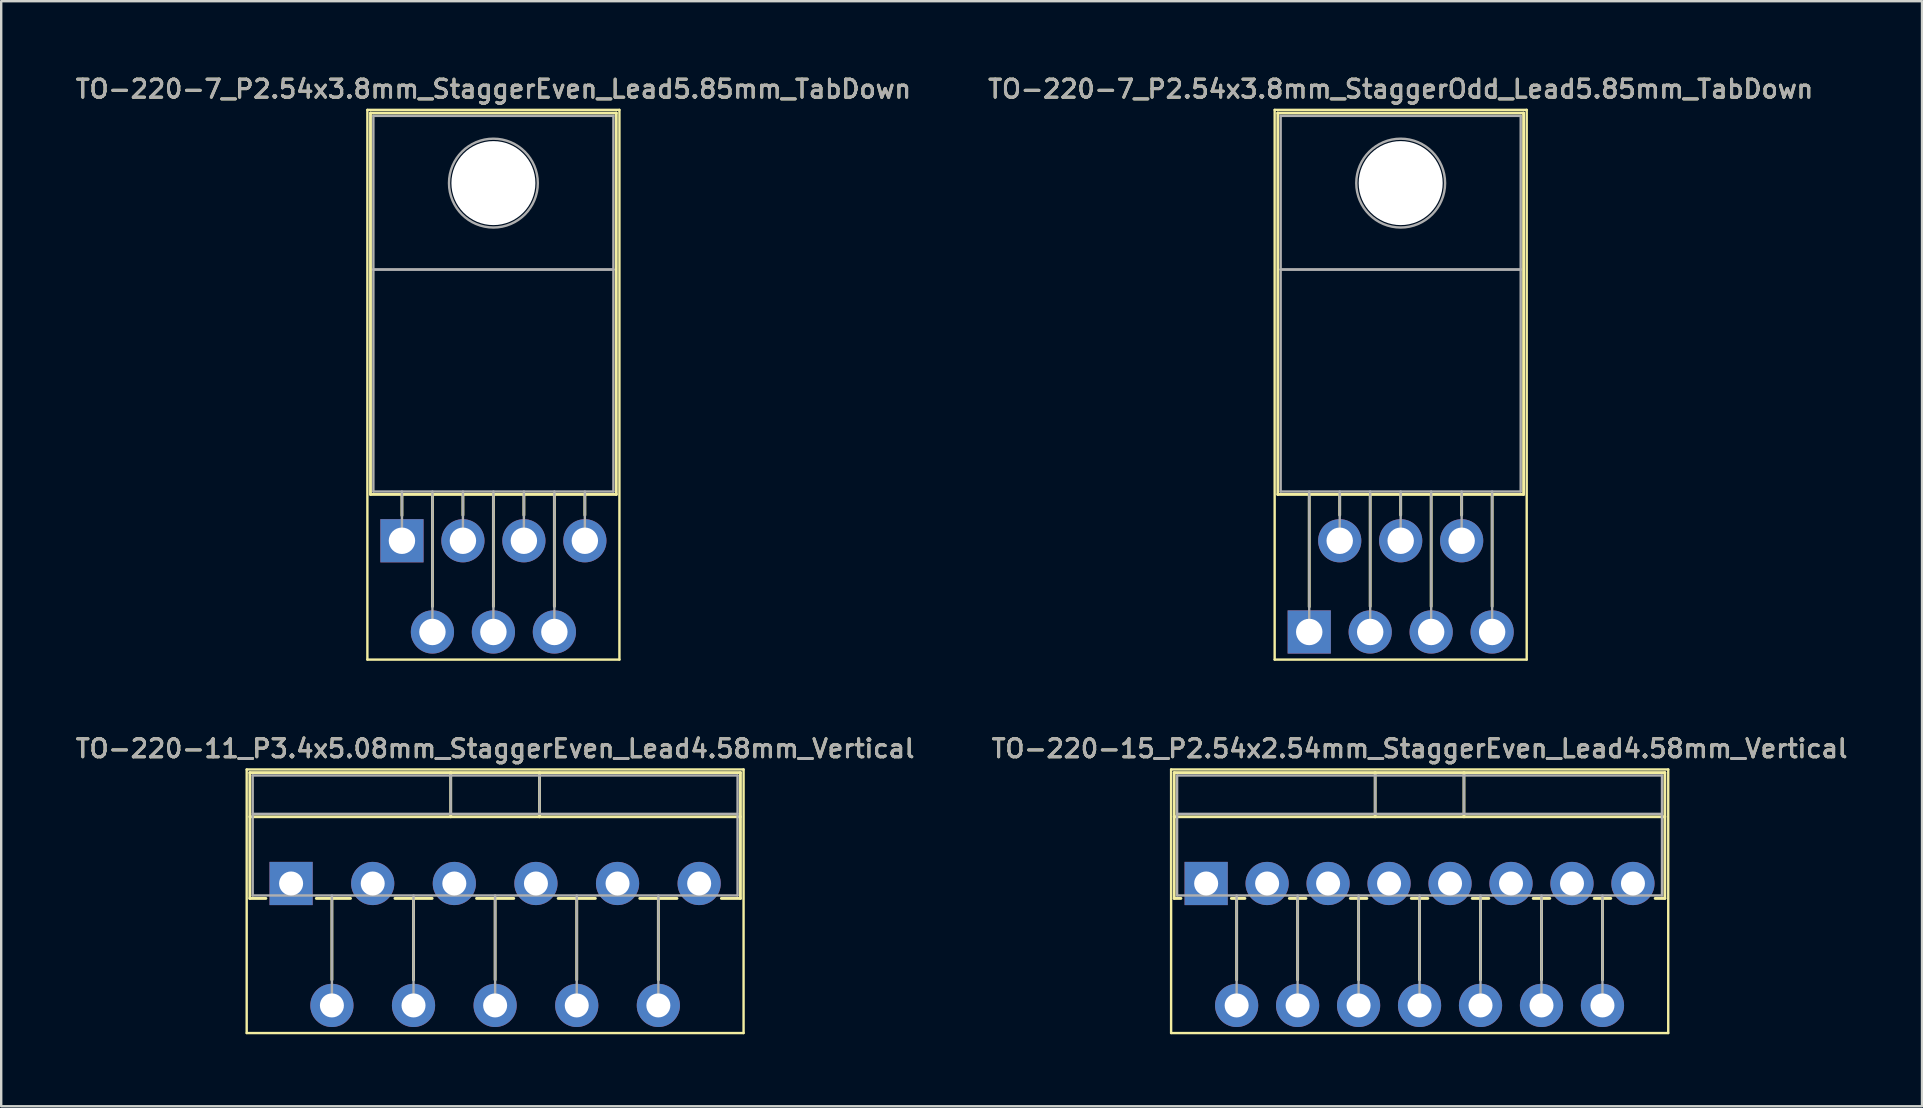
<source format=kicad_pcb>
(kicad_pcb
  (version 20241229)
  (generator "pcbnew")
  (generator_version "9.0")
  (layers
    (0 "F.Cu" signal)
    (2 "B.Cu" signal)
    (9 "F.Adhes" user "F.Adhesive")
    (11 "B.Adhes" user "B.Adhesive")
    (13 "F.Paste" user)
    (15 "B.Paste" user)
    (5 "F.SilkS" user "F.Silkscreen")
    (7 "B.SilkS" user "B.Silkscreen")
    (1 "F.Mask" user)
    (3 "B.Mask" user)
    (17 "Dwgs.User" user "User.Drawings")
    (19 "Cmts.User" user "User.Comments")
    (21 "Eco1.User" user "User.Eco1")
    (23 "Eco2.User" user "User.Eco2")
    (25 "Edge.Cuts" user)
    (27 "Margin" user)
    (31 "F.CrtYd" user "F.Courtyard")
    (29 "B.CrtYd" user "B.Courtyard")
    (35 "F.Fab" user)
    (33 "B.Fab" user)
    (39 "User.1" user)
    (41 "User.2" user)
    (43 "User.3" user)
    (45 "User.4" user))
  (footprint "TO-220-15_P2.54x2.54mm_StaggerEven_Lead4.58mm_Vertical"
    (layer "F.Cu")
    (at 47.198 33.756)
    (property "Reference" "TO-220-15_P2.54x2.54mm_StaggerEven_Lead4.58mm_Vertical" (at 8.89 -5.62 0) (layer "F.SilkS") (effects (font (size 0.75 0.75) (thickness 0.125))))
    (attr through_hole)
    (fp_line (start -1.46 -4.75) (end -1.46 6.23) (stroke (width 0.1) (type solid)) (layer "F.SilkS"))
    (fp_line (start -1.46 6.23) (end 19.25 6.23) (stroke (width 0.1) (type solid)) (layer "F.SilkS"))
    (fp_line (start -1.33 -4.62) (end -1.33 0.621) (stroke (width 0.12) (type solid)) (layer "F.SilkS"))
    (fp_line (start -1.33 -4.62) (end 19.11 -4.62) (stroke (width 0.12) (type solid)) (layer "F.SilkS"))
    (fp_line (start -1.33 -2.78) (end 19.11 -2.78) (stroke (width 0.12) (type solid)) (layer "F.SilkS"))
    (fp_line (start -1.33 0.621) (end -1.05 0.621) (stroke (width 0.12) (type solid)) (layer "F.SilkS"))
    (fp_line (start 1.05 0.621) (end 1.616 0.621) (stroke (width 0.12) (type solid)) (layer "F.SilkS"))
    (fp_line (start 1.27 0.621) (end 1.27 4.015) (stroke (width 0.12) (type solid)) (layer "F.SilkS"))
    (fp_line (start 3.465 0.621) (end 4.156 0.621) (stroke (width 0.12) (type solid)) (layer "F.SilkS"))
    (fp_line (start 3.81 0.621) (end 3.81 4.015) (stroke (width 0.12) (type solid)) (layer "F.SilkS"))
    (fp_line (start 6.005 0.621) (end 6.696 0.621) (stroke (width 0.12) (type solid)) (layer "F.SilkS"))
    (fp_line (start 6.35 0.621) (end 6.35 4.015) (stroke (width 0.12) (type solid)) (layer "F.SilkS"))
    (fp_line (start 7.041 -4.62) (end 7.041 -2.78) (stroke (width 0.12) (type solid)) (layer "F.SilkS"))
    (fp_line (start 8.545 0.621) (end 9.236 0.621) (stroke (width 0.12) (type solid)) (layer "F.SilkS"))
    (fp_line (start 8.89 0.621) (end 8.89 4.015) (stroke (width 0.12) (type solid)) (layer "F.SilkS"))
    (fp_line (start 10.74 -4.62) (end 10.74 -2.78) (stroke (width 0.12) (type solid)) (layer "F.SilkS"))
    (fp_line (start 11.085 0.621) (end 11.776 0.621) (stroke (width 0.12) (type solid)) (layer "F.SilkS"))
    (fp_line (start 11.43 0.621) (end 11.43 4.015) (stroke (width 0.12) (type solid)) (layer "F.SilkS"))
    (fp_line (start 13.625 0.621) (end 14.316 0.621) (stroke (width 0.12) (type solid)) (layer "F.SilkS"))
    (fp_line (start 13.97 0.621) (end 13.97 4.015) (stroke (width 0.12) (type solid)) (layer "F.SilkS"))
    (fp_line (start 16.165 0.621) (end 16.856 0.621) (stroke (width 0.12) (type solid)) (layer "F.SilkS"))
    (fp_line (start 16.51 0.621) (end 16.51 4.015) (stroke (width 0.12) (type solid)) (layer "F.SilkS"))
    (fp_line (start 18.705 0.621) (end 19.11 0.621) (stroke (width 0.12) (type solid)) (layer "F.SilkS"))
    (fp_line (start 19.11 -4.62) (end 19.11 0.621) (stroke (width 0.12) (type solid)) (layer "F.SilkS"))
    (fp_line (start 19.25 -4.75) (end -1.46 -4.75) (stroke (width 0.1) (type solid)) (layer "F.SilkS"))
    (fp_line (start 19.25 6.23) (end 19.25 -4.75) (stroke (width 0.1) (type solid)) (layer "F.SilkS"))
    (fp_line (start -1.21 -4.5) (end -1.21 0.5) (stroke (width 0.1) (type solid)) (layer "F.Fab"))
    (fp_line (start -1.21 -2.9) (end 18.99 -2.9) (stroke (width 0.1) (type solid)) (layer "F.Fab"))
    (fp_line (start -1.21 0.5) (end 18.99 0.5) (stroke (width 0.1) (type solid)) (layer "F.Fab"))
    (fp_line (start 1.27 0.5) (end 1.27 5.08) (stroke (width 0.1) (type solid)) (layer "F.Fab"))
    (fp_line (start 3.81 0.5) (end 3.81 5.08) (stroke (width 0.1) (type solid)) (layer "F.Fab"))
    (fp_line (start 6.35 0.5) (end 6.35 5.08) (stroke (width 0.1) (type solid)) (layer "F.Fab"))
    (fp_line (start 7.04 -4.5) (end 7.04 -2.9) (stroke (width 0.1) (type solid)) (layer "F.Fab"))
    (fp_line (start 8.89 0.5) (end 8.89 5.08) (stroke (width 0.1) (type solid)) (layer "F.Fab"))
    (fp_line (start 10.74 -4.5) (end 10.74 -2.9) (stroke (width 0.1) (type solid)) (layer "F.Fab"))
    (fp_line (start 11.43 0.5) (end 11.43 5.08) (stroke (width 0.1) (type solid)) (layer "F.Fab"))
    (fp_line (start 13.97 0.5) (end 13.97 5.08) (stroke (width 0.1) (type solid)) (layer "F.Fab"))
    (fp_line (start 16.51 0.5) (end 16.51 5.08) (stroke (width 0.1) (type solid)) (layer "F.Fab"))
    (fp_line (start 18.99 -4.5) (end -1.21 -4.5) (stroke (width 0.1) (type solid)) (layer "F.Fab"))
    (fp_line (start 18.99 0.5) (end 18.99 -4.5) (stroke (width 0.1) (type solid)) (layer "F.Fab"))
    (fp_text user "${REFERENCE}" (at 8.89 -5.62 0) (layer "F.Fab") (effects (font (size 0.75 0.75) (thickness 0.125))))
    (pad "1" thru_hole rect (at 0 0) (size 1.8 1.8) (drill 1) (layers "*.Cu" "*.Mask"))
    (pad "2" thru_hole oval (at 1.27 5.08) (size 1.8 1.8) (drill 1) (layers "*.Cu" "*.Mask"))
    (pad "3" thru_hole oval (at 2.54 0) (size 1.8 1.8) (drill 1) (layers "*.Cu" "*.Mask"))
    (pad "4" thru_hole oval (at 3.81 5.08) (size 1.8 1.8) (drill 1) (layers "*.Cu" "*.Mask"))
    (pad "5" thru_hole oval (at 5.08 0) (size 1.8 1.8) (drill 1) (layers "*.Cu" "*.Mask"))
    (pad "6" thru_hole oval (at 6.35 5.08) (size 1.8 1.8) (drill 1) (layers "*.Cu" "*.Mask"))
    (pad "7" thru_hole oval (at 7.62 0) (size 1.8 1.8) (drill 1) (layers "*.Cu" "*.Mask"))
    (pad "8" thru_hole oval (at 8.89 5.08) (size 1.8 1.8) (drill 1) (layers "*.Cu" "*.Mask"))
    (pad "9" thru_hole oval (at 10.16 0) (size 1.8 1.8) (drill 1) (layers "*.Cu" "*.Mask"))
    (pad "10" thru_hole oval (at 11.43 5.08) (size 1.8 1.8) (drill 1) (layers "*.Cu" "*.Mask"))
    (pad "11" thru_hole oval (at 12.7 0) (size 1.8 1.8) (drill 1) (layers "*.Cu" "*.Mask"))
    (pad "12" thru_hole oval (at 13.97 5.08) (size 1.8 1.8) (drill 1) (layers "*.Cu" "*.Mask"))
    (pad "13" thru_hole oval (at 15.24 0) (size 1.8 1.8) (drill 1) (layers "*.Cu" "*.Mask"))
    (pad "14" thru_hole oval (at 16.51 5.08) (size 1.8 1.8) (drill 1) (layers "*.Cu" "*.Mask"))
    (pad "15" thru_hole oval (at 17.78 0) (size 1.8 1.8) (drill 1) (layers "*.Cu" "*.Mask")))
  (footprint "TO-220-11_P3.4x5.08mm_StaggerEven_Lead4.58mm_Vertical"
    (layer "F.Cu")
    (at 9.077 33.756)
    (property "Reference" "TO-220-11_P3.4x5.08mm_StaggerEven_Lead4.58mm_Vertical" (at 8.5 -5.62 0) (layer "F.SilkS") (effects (font (size 0.75 0.75) (thickness 0.125))))
    (attr through_hole)
    (fp_line (start -1.85 -4.75) (end -1.85 6.23) (stroke (width 0.1) (type solid)) (layer "F.SilkS"))
    (fp_line (start -1.85 6.23) (end 18.85 6.23) (stroke (width 0.1) (type solid)) (layer "F.SilkS"))
    (fp_line (start -1.72 -4.62) (end -1.72 0.621) (stroke (width 0.12) (type solid)) (layer "F.SilkS"))
    (fp_line (start -1.72 -4.62) (end 18.72 -4.62) (stroke (width 0.12) (type solid)) (layer "F.SilkS"))
    (fp_line (start -1.72 -2.78) (end 18.72 -2.78) (stroke (width 0.12) (type solid)) (layer "F.SilkS"))
    (fp_line (start -1.72 0.621) (end -1.05 0.621) (stroke (width 0.12) (type solid)) (layer "F.SilkS"))
    (fp_line (start 1.05 0.621) (end 2.476 0.621) (stroke (width 0.12) (type solid)) (layer "F.SilkS"))
    (fp_line (start 1.7 0.621) (end 1.7 4.015) (stroke (width 0.12) (type solid)) (layer "F.SilkS"))
    (fp_line (start 4.325 0.621) (end 5.876 0.621) (stroke (width 0.12) (type solid)) (layer "F.SilkS"))
    (fp_line (start 5.1 0.621) (end 5.1 4.015) (stroke (width 0.12) (type solid)) (layer "F.SilkS"))
    (fp_line (start 6.65 -4.62) (end 6.65 -2.78) (stroke (width 0.12) (type solid)) (layer "F.SilkS"))
    (fp_line (start 7.725 0.621) (end 9.276 0.621) (stroke (width 0.12) (type solid)) (layer "F.SilkS"))
    (fp_line (start 8.5 0.621) (end 8.5 4.015) (stroke (width 0.12) (type solid)) (layer "F.SilkS"))
    (fp_line (start 10.35 -4.62) (end 10.35 -2.78) (stroke (width 0.12) (type solid)) (layer "F.SilkS"))
    (fp_line (start 11.125 0.621) (end 12.676 0.621) (stroke (width 0.12) (type solid)) (layer "F.SilkS"))
    (fp_line (start 11.9 0.621) (end 11.9 4.015) (stroke (width 0.12) (type solid)) (layer "F.SilkS"))
    (fp_line (start 14.525 0.621) (end 16.076 0.621) (stroke (width 0.12) (type solid)) (layer "F.SilkS"))
    (fp_line (start 15.3 0.621) (end 15.3 4.015) (stroke (width 0.12) (type solid)) (layer "F.SilkS"))
    (fp_line (start 17.925 0.621) (end 18.72 0.621) (stroke (width 0.12) (type solid)) (layer "F.SilkS"))
    (fp_line (start 18.72 -4.62) (end 18.72 0.621) (stroke (width 0.12) (type solid)) (layer "F.SilkS"))
    (fp_line (start 18.85 -4.75) (end -1.85 -4.75) (stroke (width 0.1) (type solid)) (layer "F.SilkS"))
    (fp_line (start 18.85 6.23) (end 18.85 -4.75) (stroke (width 0.1) (type solid)) (layer "F.SilkS"))
    (fp_line (start -1.6 -4.5) (end -1.6 0.5) (stroke (width 0.1) (type solid)) (layer "F.Fab"))
    (fp_line (start -1.6 -2.9) (end 18.6 -2.9) (stroke (width 0.1) (type solid)) (layer "F.Fab"))
    (fp_line (start -1.6 0.5) (end 18.6 0.5) (stroke (width 0.1) (type solid)) (layer "F.Fab"))
    (fp_line (start 1.7 0.5) (end 1.7 5.08) (stroke (width 0.1) (type solid)) (layer "F.Fab"))
    (fp_line (start 5.1 0.5) (end 5.1 5.08) (stroke (width 0.1) (type solid)) (layer "F.Fab"))
    (fp_line (start 6.65 -4.5) (end 6.65 -2.9) (stroke (width 0.1) (type solid)) (layer "F.Fab"))
    (fp_line (start 8.5 0.5) (end 8.5 5.08) (stroke (width 0.1) (type solid)) (layer "F.Fab"))
    (fp_line (start 10.35 -4.5) (end 10.35 -2.9) (stroke (width 0.1) (type solid)) (layer "F.Fab"))
    (fp_line (start 11.9 0.5) (end 11.9 5.08) (stroke (width 0.1) (type solid)) (layer "F.Fab"))
    (fp_line (start 15.3 0.5) (end 15.3 5.08) (stroke (width 0.1) (type solid)) (layer "F.Fab"))
    (fp_line (start 18.6 -4.5) (end -1.6 -4.5) (stroke (width 0.1) (type solid)) (layer "F.Fab"))
    (fp_line (start 18.6 0.5) (end 18.6 -4.5) (stroke (width 0.1) (type solid)) (layer "F.Fab"))
    (fp_text user "${REFERENCE}" (at 8.5 -5.62 0) (layer "F.Fab") (effects (font (size 0.75 0.75) (thickness 0.125))))
    (pad "1" thru_hole rect (at 0 0) (size 1.8 1.8) (drill 1) (layers "*.Cu" "*.Mask"))
    (pad "2" thru_hole oval (at 1.7 5.08) (size 1.8 1.8) (drill 1) (layers "*.Cu" "*.Mask"))
    (pad "3" thru_hole oval (at 3.4 0) (size 1.8 1.8) (drill 1) (layers "*.Cu" "*.Mask"))
    (pad "4" thru_hole oval (at 5.1 5.08) (size 1.8 1.8) (drill 1) (layers "*.Cu" "*.Mask"))
    (pad "5" thru_hole oval (at 6.8 0) (size 1.8 1.8) (drill 1) (layers "*.Cu" "*.Mask"))
    (pad "6" thru_hole oval (at 8.5 5.08) (size 1.8 1.8) (drill 1) (layers "*.Cu" "*.Mask"))
    (pad "7" thru_hole oval (at 10.2 0) (size 1.8 1.8) (drill 1) (layers "*.Cu" "*.Mask"))
    (pad "8" thru_hole oval (at 11.9 5.08) (size 1.8 1.8) (drill 1) (layers "*.Cu" "*.Mask"))
    (pad "9" thru_hole oval (at 13.6 0) (size 1.8 1.8) (drill 1) (layers "*.Cu" "*.Mask"))
    (pad "10" thru_hole oval (at 15.3 5.08) (size 1.8 1.8) (drill 1) (layers "*.Cu" "*.Mask"))
    (pad "11" thru_hole oval (at 17 0) (size 1.8 1.8) (drill 1) (layers "*.Cu" "*.Mask")))
  (footprint "TO-220-7_P2.54x3.8mm_StaggerEven_Lead5.85mm_TabDown"
    (layer "F.Cu")
    (at 13.695 19.478)
    (property "Reference" "TO-220-7_P2.54x3.8mm_StaggerEven_Lead5.85mm_TabDown" (at 3.81 -18.82 0) (layer "F.SilkS") (effects (font (size 0.75 0.75) (thickness 0.125))))
    (attr through_hole)
    (fp_line (start -1.44 -17.95) (end -1.44 4.95) (stroke (width 0.1) (type solid)) (layer "F.SilkS"))
    (fp_line (start -1.44 4.95) (end 9.06 4.95) (stroke (width 0.1) (type solid)) (layer "F.SilkS"))
    (fp_line (start -1.31 -17.82) (end -1.31 -1.93) (stroke (width 0.12) (type solid)) (layer "F.SilkS"))
    (fp_line (start -1.31 -17.82) (end 8.93 -17.82) (stroke (width 0.12) (type solid)) (layer "F.SilkS"))
    (fp_line (start -1.31 -1.93) (end 8.93 -1.93) (stroke (width 0.12) (type solid)) (layer "F.SilkS"))
    (fp_line (start 0 -1.93) (end 0 -1.05) (stroke (width 0.12) (type solid)) (layer "F.SilkS"))
    (fp_line (start 1.27 -1.93) (end 1.27 2.735) (stroke (width 0.12) (type solid)) (layer "F.SilkS"))
    (fp_line (start 2.54 -1.93) (end 2.54 -1.066) (stroke (width 0.12) (type solid)) (layer "F.SilkS"))
    (fp_line (start 3.81 -1.93) (end 3.81 2.735) (stroke (width 0.12) (type solid)) (layer "F.SilkS"))
    (fp_line (start 5.08 -1.93) (end 5.08 -1.066) (stroke (width 0.12) (type solid)) (layer "F.SilkS"))
    (fp_line (start 6.35 -1.93) (end 6.35 2.735) (stroke (width 0.12) (type solid)) (layer "F.SilkS"))
    (fp_line (start 7.62 -1.93) (end 7.62 -1.066) (stroke (width 0.12) (type solid)) (layer "F.SilkS"))
    (fp_line (start 8.93 -17.82) (end 8.93 -1.93) (stroke (width 0.12) (type solid)) (layer "F.SilkS"))
    (fp_line (start 9.06 -17.95) (end -1.44 -17.95) (stroke (width 0.1) (type solid)) (layer "F.SilkS"))
    (fp_line (start 9.06 4.95) (end 9.06 -17.95) (stroke (width 0.1) (type solid)) (layer "F.SilkS"))
    (fp_line (start -1.19 -17.7) (end 8.81 -17.7) (stroke (width 0.1) (type solid)) (layer "F.Fab"))
    (fp_line (start -1.19 -11.3) (end -1.19 -17.7) (stroke (width 0.1) (type solid)) (layer "F.Fab"))
    (fp_line (start -1.19 -11.3) (end 8.81 -11.3) (stroke (width 0.1) (type solid)) (layer "F.Fab"))
    (fp_line (start -1.19 -2.05) (end -1.19 -11.3) (stroke (width 0.1) (type solid)) (layer "F.Fab"))
    (fp_line (start 0 -2.05) (end 0 0) (stroke (width 0.1) (type solid)) (layer "F.Fab"))
    (fp_line (start 1.27 -2.05) (end 1.27 3.8) (stroke (width 0.1) (type solid)) (layer "F.Fab"))
    (fp_line (start 2.54 -2.05) (end 2.54 0) (stroke (width 0.1) (type solid)) (layer "F.Fab"))
    (fp_line (start 3.81 -2.05) (end 3.81 3.8) (stroke (width 0.1) (type solid)) (layer "F.Fab"))
    (fp_line (start 5.08 -2.05) (end 5.08 0) (stroke (width 0.1) (type solid)) (layer "F.Fab"))
    (fp_line (start 6.35 -2.05) (end 6.35 3.8) (stroke (width 0.1) (type solid)) (layer "F.Fab"))
    (fp_line (start 7.62 -2.05) (end 7.62 0) (stroke (width 0.1) (type solid)) (layer "F.Fab"))
    (fp_line (start 8.81 -17.7) (end 8.81 -11.3) (stroke (width 0.1) (type solid)) (layer "F.Fab"))
    (fp_line (start 8.81 -11.3) (end -1.19 -11.3) (stroke (width 0.1) (type solid)) (layer "F.Fab"))
    (fp_line (start 8.81 -11.3) (end 8.81 -2.05) (stroke (width 0.1) (type solid)) (layer "F.Fab"))
    (fp_line (start 8.81 -2.05) (end -1.19 -2.05) (stroke (width 0.1) (type solid)) (layer "F.Fab"))
    (fp_circle (center 3.81 -14.9) (end 5.66 -14.9) (stroke (width 0.1) (type solid)) (fill no) (layer "F.Fab"))
    (fp_text user "${REFERENCE}" (at 3.81 -18.82 0) (layer "F.Fab") (effects (font (size 0.75 0.75) (thickness 0.125))))
    (pad "" np_thru_hole oval (at 3.81 -14.9) (size 3.5 3.5) (drill 3.5) (layers "*.Cu" "*.Mask"))
    (pad "1" thru_hole rect (at 0 0) (size 1.8 1.8) (drill 1.1) (layers "*.Cu" "*.Mask"))
    (pad "2" thru_hole oval (at 1.27 3.8) (size 1.8 1.8) (drill 1.1) (layers "*.Cu" "*.Mask"))
    (pad "3" thru_hole oval (at 2.54 0) (size 1.8 1.8) (drill 1.1) (layers "*.Cu" "*.Mask"))
    (pad "4" thru_hole oval (at 3.81 3.8) (size 1.8 1.8) (drill 1.1) (layers "*.Cu" "*.Mask"))
    (pad "5" thru_hole oval (at 5.08 0) (size 1.8 1.8) (drill 1.1) (layers "*.Cu" "*.Mask"))
    (pad "6" thru_hole oval (at 6.35 3.8) (size 1.8 1.8) (drill 1.1) (layers "*.Cu" "*.Mask"))
    (pad "7" thru_hole oval (at 7.62 0) (size 1.8 1.8) (drill 1.1) (layers "*.Cu" "*.Mask")))
  (footprint "TO-220-7_P2.54x3.8mm_StaggerOdd_Lead5.85mm_TabDown"
    (layer "F.Cu")
    (at 51.492 23.278)
    (property "Reference" "TO-220-7_P2.54x3.8mm_StaggerOdd_Lead5.85mm_TabDown" (at 3.81 -22.62 0) (layer "F.SilkS") (effects (font (size 0.75 0.75) (thickness 0.125))))
    (attr through_hole)
    (fp_line (start -1.44 -21.75) (end -1.44 1.15) (stroke (width 0.1) (type solid)) (layer "F.SilkS"))
    (fp_line (start -1.44 1.15) (end 9.06 1.15) (stroke (width 0.1) (type solid)) (layer "F.SilkS"))
    (fp_line (start -1.31 -21.62) (end -1.31 -5.73) (stroke (width 0.12) (type solid)) (layer "F.SilkS"))
    (fp_line (start -1.31 -21.62) (end 8.93 -21.62) (stroke (width 0.12) (type solid)) (layer "F.SilkS"))
    (fp_line (start -1.31 -5.73) (end 8.93 -5.73) (stroke (width 0.12) (type solid)) (layer "F.SilkS"))
    (fp_line (start 0 -5.73) (end 0 -1.05) (stroke (width 0.12) (type solid)) (layer "F.SilkS"))
    (fp_line (start 1.27 -5.73) (end 1.27 -4.866) (stroke (width 0.12) (type solid)) (layer "F.SilkS"))
    (fp_line (start 2.54 -5.73) (end 2.54 -1.065) (stroke (width 0.12) (type solid)) (layer "F.SilkS"))
    (fp_line (start 3.81 -5.73) (end 3.81 -4.866) (stroke (width 0.12) (type solid)) (layer "F.SilkS"))
    (fp_line (start 5.08 -5.73) (end 5.08 -1.065) (stroke (width 0.12) (type solid)) (layer "F.SilkS"))
    (fp_line (start 6.35 -5.73) (end 6.35 -4.866) (stroke (width 0.12) (type solid)) (layer "F.SilkS"))
    (fp_line (start 7.62 -5.73) (end 7.62 -1.065) (stroke (width 0.12) (type solid)) (layer "F.SilkS"))
    (fp_line (start 8.93 -21.62) (end 8.93 -5.73) (stroke (width 0.12) (type solid)) (layer "F.SilkS"))
    (fp_line (start 9.06 -21.75) (end -1.44 -21.75) (stroke (width 0.1) (type solid)) (layer "F.SilkS"))
    (fp_line (start 9.06 1.15) (end 9.06 -21.75) (stroke (width 0.1) (type solid)) (layer "F.SilkS"))
    (fp_line (start -1.19 -21.5) (end 8.81 -21.5) (stroke (width 0.1) (type solid)) (layer "F.Fab"))
    (fp_line (start -1.19 -15.1) (end -1.19 -21.5) (stroke (width 0.1) (type solid)) (layer "F.Fab"))
    (fp_line (start -1.19 -15.1) (end 8.81 -15.1) (stroke (width 0.1) (type solid)) (layer "F.Fab"))
    (fp_line (start -1.19 -5.85) (end -1.19 -15.1) (stroke (width 0.1) (type solid)) (layer "F.Fab"))
    (fp_line (start 0 -5.85) (end 0 0) (stroke (width 0.1) (type solid)) (layer "F.Fab"))
    (fp_line (start 1.27 -5.85) (end 1.27 -3.8) (stroke (width 0.1) (type solid)) (layer "F.Fab"))
    (fp_line (start 2.54 -5.85) (end 2.54 0) (stroke (width 0.1) (type solid)) (layer "F.Fab"))
    (fp_line (start 3.81 -5.85) (end 3.81 -3.8) (stroke (width 0.1) (type solid)) (layer "F.Fab"))
    (fp_line (start 5.08 -5.85) (end 5.08 0) (stroke (width 0.1) (type solid)) (layer "F.Fab"))
    (fp_line (start 6.35 -5.85) (end 6.35 -3.8) (stroke (width 0.1) (type solid)) (layer "F.Fab"))
    (fp_line (start 7.62 -5.85) (end 7.62 0) (stroke (width 0.1) (type solid)) (layer "F.Fab"))
    (fp_line (start 8.81 -21.5) (end 8.81 -15.1) (stroke (width 0.1) (type solid)) (layer "F.Fab"))
    (fp_line (start 8.81 -15.1) (end -1.19 -15.1) (stroke (width 0.1) (type solid)) (layer "F.Fab"))
    (fp_line (start 8.81 -15.1) (end 8.81 -5.85) (stroke (width 0.1) (type solid)) (layer "F.Fab"))
    (fp_line (start 8.81 -5.85) (end -1.19 -5.85) (stroke (width 0.1) (type solid)) (layer "F.Fab"))
    (fp_circle (center 3.81 -18.7) (end 5.66 -18.7) (stroke (width 0.1) (type solid)) (fill no) (layer "F.Fab"))
    (fp_text user "${REFERENCE}" (at 3.81 -22.62 0) (layer "F.Fab") (effects (font (size 0.75 0.75) (thickness 0.125))))
    (pad "" np_thru_hole oval (at 3.81 -18.7) (size 3.5 3.5) (drill 3.5) (layers "*.Cu" "*.Mask"))
    (pad "1" thru_hole rect (at 0 0) (size 1.8 1.8) (drill 1.1) (layers "*.Cu" "*.Mask"))
    (pad "2" thru_hole oval (at 1.27 -3.8) (size 1.8 1.8) (drill 1.1) (layers "*.Cu" "*.Mask"))
    (pad "3" thru_hole oval (at 2.54 0) (size 1.8 1.8) (drill 1.1) (layers "*.Cu" "*.Mask"))
    (pad "4" thru_hole oval (at 3.81 -3.8) (size 1.8 1.8) (drill 1.1) (layers "*.Cu" "*.Mask"))
    (pad "5" thru_hole oval (at 5.08 0) (size 1.8 1.8) (drill 1.1) (layers "*.Cu" "*.Mask"))
    (pad "6" thru_hole oval (at 6.35 -3.8) (size 1.8 1.8) (drill 1.1) (layers "*.Cu" "*.Mask"))
    (pad "7" thru_hole oval (at 7.62 0) (size 1.8 1.8) (drill 1.1) (layers "*.Cu" "*.Mask")))
  (gr_rect
    (start -3 -3)
    (end 77.021 43.036)
    (stroke (width 0.1) (type default))
    (fill no)
    (layer "Edge.Cuts")))
</source>
